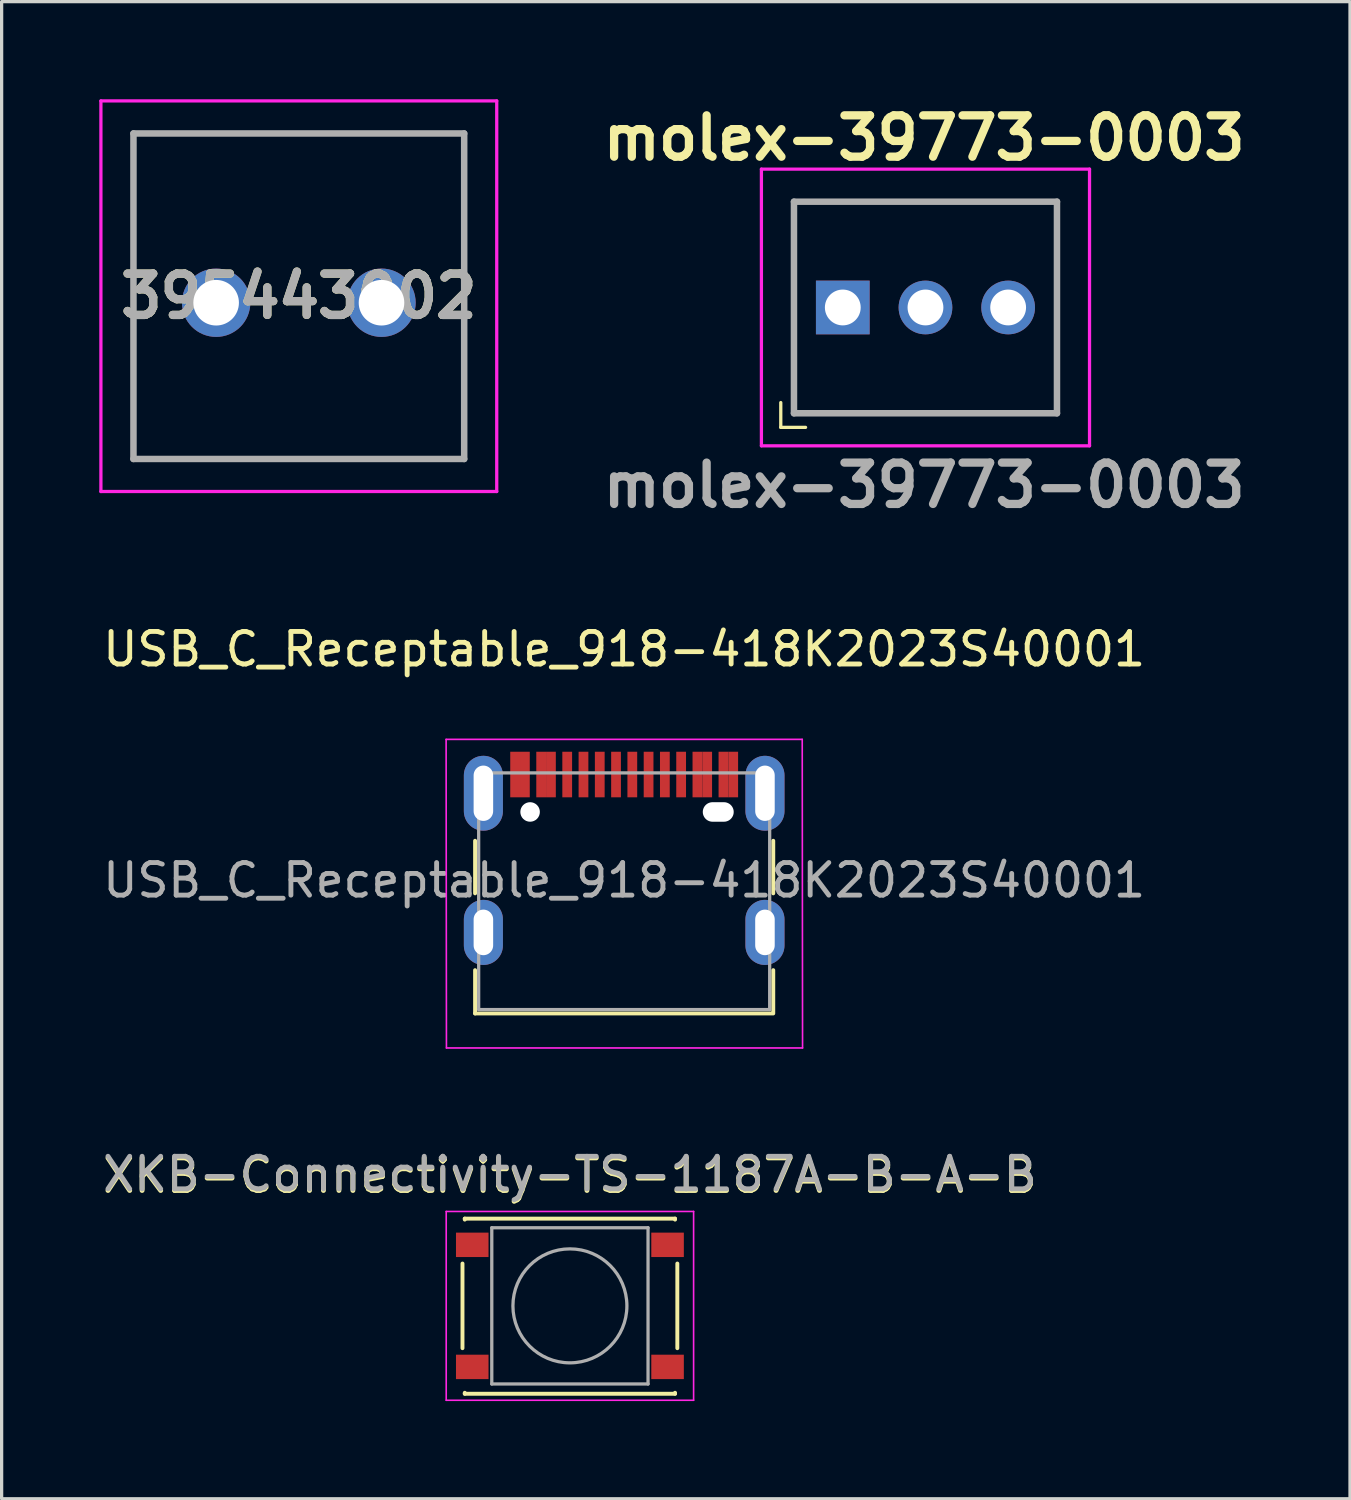
<source format=kicad_pcb>
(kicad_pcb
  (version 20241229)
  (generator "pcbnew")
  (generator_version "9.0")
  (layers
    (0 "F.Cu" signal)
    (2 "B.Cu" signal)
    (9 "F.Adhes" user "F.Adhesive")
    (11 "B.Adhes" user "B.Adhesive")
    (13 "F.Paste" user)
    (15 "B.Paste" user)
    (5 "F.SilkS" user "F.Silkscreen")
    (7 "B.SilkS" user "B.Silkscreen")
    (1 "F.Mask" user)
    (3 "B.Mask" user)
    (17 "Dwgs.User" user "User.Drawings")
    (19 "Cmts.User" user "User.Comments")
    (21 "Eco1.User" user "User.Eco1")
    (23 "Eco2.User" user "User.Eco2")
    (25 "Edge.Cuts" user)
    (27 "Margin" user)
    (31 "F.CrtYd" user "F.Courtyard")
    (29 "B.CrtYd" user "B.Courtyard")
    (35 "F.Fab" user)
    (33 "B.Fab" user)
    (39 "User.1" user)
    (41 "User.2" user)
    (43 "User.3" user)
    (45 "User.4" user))
  (footprint "USB_C_Receptable_918-418K2023S40001"
    (layer "F.Cu")
    (at 16.125 21.894)
    (property "Reference" "USB_C_Receptable_918-418K2023S40001" (at 0 -5 0) (layer "F.SilkS") (effects (font (size 1 1) (thickness 0.15))))
    (attr smd)
    (fp_line (start -4.58 0.885) (end -4.58 2.5) (stroke (width 0.12) (type solid)) (layer "F.SilkS"))
    (fp_line (start -4.58 4.86) (end -4.58 6.19) (stroke (width 0.12) (type solid)) (layer "F.SilkS"))
    (fp_line (start -4.58 6.19) (end 4.58 6.19) (stroke (width 0.12) (type solid)) (layer "F.SilkS"))
    (fp_line (start 4.58 0.885) (end 4.58 2.5) (stroke (width 0.12) (type solid)) (layer "F.SilkS"))
    (fp_line (start 4.58 4.86) (end 4.58 6.16) (stroke (width 0.12) (type solid)) (layer "F.SilkS"))
    (fp_line (start -5.47 -2.23) (end -5.46 7.25) (stroke (width 0.05) (type solid)) (layer "F.CrtYd"))
    (fp_line (start -5.47 -2.23) (end 5.47 -2.23) (stroke (width 0.05) (type solid)) (layer "F.CrtYd"))
    (fp_line (start -5.46 7.25) (end 5.48 7.25) (stroke (width 0.05) (type solid)) (layer "F.CrtYd"))
    (fp_line (start 5.47 -2.23) (end 5.48 7.25) (stroke (width 0.05) (type solid)) (layer "F.CrtYd"))
    (fp_line (start -4.47 -1.2) (end -4.47 6.07) (stroke (width 0.1) (type solid)) (layer "F.Fab"))
    (fp_line (start -4.47 -1.2) (end 4.47 -1.2) (stroke (width 0.1) (type solid)) (layer "F.Fab"))
    (fp_line (start -4.47 6.07) (end 4.47 6.07) (stroke (width 0.1) (type solid)) (layer "F.Fab"))
    (fp_line (start 4.47 -1.2) (end 4.47 6.07) (stroke (width 0.1) (type solid)) (layer "F.Fab"))
    (fp_text user "${REFERENCE}" (at 0 2.1 0) (layer "F.Fab") (effects (font (size 1 1) (thickness 0.15))))
    (pad "" np_thru_hole circle (at -2.89 0) (size 0.6 0.6) (drill 0.6) (layers "*.Cu" "*.Mask"))
    (pad "" np_thru_hole oval (at 2.89 0) (size 0.95 0.6) (drill oval 0.95 0.6) (layers "*.Cu" "*.Mask"))
    (pad "A1" smd rect (at -3.35 -1.15) (size 0.3 1.4) (layers "F.Cu" "F.Mask" "F.Paste"))
    (pad "A4" smd rect (at -2.55 -1.15) (size 0.3 1.4) (layers "F.Cu" "F.Mask" "F.Paste"))
    (pad "A5" smd rect (at -1.25 -1.15) (size 0.3 1.4) (layers "F.Cu" "F.Mask" "F.Paste"))
    (pad "A6" smd rect (at -0.25 -1.15) (size 0.3 1.4) (layers "F.Cu" "F.Mask" "F.Paste"))
    (pad "A7" smd rect (at 0.25 -1.15) (size 0.3 1.4) (layers "F.Cu" "F.Mask" "F.Paste"))
    (pad "A8" smd rect (at 1.25 -1.15) (size 0.3 1.4) (layers "F.Cu" "F.Mask" "F.Paste"))
    (pad "A9" smd rect (at 2.55 -1.15) (size 0.3 1.4) (layers "F.Cu" "F.Mask" "F.Paste"))
    (pad "A12" smd rect (at 3.35 -1.15) (size 0.3 1.4) (layers "F.Cu" "F.Mask" "F.Paste"))
    (pad "B1" smd rect (at 3.05 -1.15) (size 0.3 1.4) (layers "F.Cu" "F.Mask" "F.Paste"))
    (pad "B4" smd rect (at 2.25 -1.15) (size 0.3 1.4) (layers "F.Cu" "F.Mask" "F.Paste"))
    (pad "B5" smd rect (at 1.75 -1.15) (size 0.3 1.4) (layers "F.Cu" "F.Mask" "F.Paste"))
    (pad "B6" smd rect (at 0.75 -1.15) (size 0.3 1.4) (layers "F.Cu" "F.Mask" "F.Paste"))
    (pad "B7" smd rect (at -0.75 -1.15) (size 0.3 1.4) (layers "F.Cu" "F.Mask" "F.Paste"))
    (pad "B8" smd rect (at -1.75 -1.15) (size 0.3 1.4) (layers "F.Cu" "F.Mask" "F.Paste"))
    (pad "B9" smd rect (at -2.25 -1.15) (size 0.3 1.4) (layers "F.Cu" "F.Mask" "F.Paste"))
    (pad "B12" smd rect (at -3.05 -1.15) (size 0.3 1.4) (layers "F.Cu" "F.Mask" "F.Paste"))
    (pad "S1" thru_hole oval (at -4.325 -0.575) (size 1.2 2.3) (drill oval 0.6 1.7) (layers "*.Cu" "*.Mask"))
    (pad "S1" thru_hole oval (at -4.325 3.7) (size 1.2 2) (drill oval 0.6 1.4) (layers "*.Cu" "*.Mask"))
    (pad "S1" thru_hole oval (at 4.325 -0.575) (size 1.2 2.3) (drill oval 0.6 1.7) (layers "*.Cu" "*.Mask"))
    (pad "S1" thru_hole oval (at 4.325 3.7) (size 1.2 2) (drill oval 0.6 1.4) (layers "*.Cu" "*.Mask")))
  (footprint "395443002"
    (layer "F.Cu")
    (at 3.59 6.25)
    (property "Reference" "395443002" (at 2.54 -0.2 0) (layer "F.SilkS") (effects (font (size 1.27 1.27) (thickness 0.254))))
    (attr through_hole)
    (fp_line (start -2.54 -5.2) (end 7.62 -5.2) (stroke (width 0.1) (type solid)) (layer "F.SilkS"))
    (fp_line (start -2.54 4.8) (end -2.54 -5.2) (stroke (width 0.1) (type solid)) (layer "F.SilkS"))
    (fp_line (start 7.62 -5.2) (end 7.62 4.8) (stroke (width 0.1) (type solid)) (layer "F.SilkS"))
    (fp_line (start 7.62 4.8) (end -2.54 4.8) (stroke (width 0.1) (type solid)) (layer "F.SilkS"))
    (fp_line (start -3.54 -6.2) (end 8.62 -6.2) (stroke (width 0.1) (type solid)) (layer "F.CrtYd"))
    (fp_line (start -3.54 5.8) (end -3.54 -6.2) (stroke (width 0.1) (type solid)) (layer "F.CrtYd"))
    (fp_line (start 8.62 -6.2) (end 8.62 5.8) (stroke (width 0.1) (type solid)) (layer "F.CrtYd"))
    (fp_line (start 8.62 5.8) (end -3.54 5.8) (stroke (width 0.1) (type solid)) (layer "F.CrtYd"))
    (fp_line (start -2.54 -5.2) (end 7.62 -5.2) (stroke (width 0.2) (type solid)) (layer "F.Fab"))
    (fp_line (start -2.54 4.8) (end -2.54 -5.2) (stroke (width 0.2) (type solid)) (layer "F.Fab"))
    (fp_line (start 7.62 -5.2) (end 7.62 4.8) (stroke (width 0.2) (type solid)) (layer "F.Fab"))
    (fp_line (start 7.62 4.8) (end -2.54 4.8) (stroke (width 0.2) (type solid)) (layer "F.Fab"))
    (fp_text user "${REFERENCE}" (at 2.54 -0.2 0) (layer "F.Fab") (effects (font (size 1.27 1.27) (thickness 0.254))))
    (pad "1" thru_hole circle (at 0 0) (size 2.1 2.1) (drill 1.4) (layers "*.Cu" "*.Mask"))
    (pad "2" thru_hole circle (at 5.08 0) (size 2.1 2.1) (drill 1.4) (layers "*.Cu" "*.Mask")))
  (footprint "molex-39773-0003"
    (layer "F.Cu")
    (at 25.341 6.396)
    (property "Reference" "molex-39773-0003" (at 0 -5.207 0) (layer "F.SilkS") (effects (font (size 1.27 1.27) (thickness 0.254))))
    (attr through_hole)
    (fp_line (start -4.405 3.683) (end -4.405 2.921) (stroke (width 0.1) (type default)) (layer "F.SilkS"))
    (fp_line (start -4 -3.25) (end -4 3.25) (stroke (width 0.1) (type solid)) (layer "F.SilkS"))
    (fp_line (start -4 3.25) (end 4.08 3.25) (stroke (width 0.1) (type solid)) (layer "F.SilkS"))
    (fp_line (start -3.643 3.683) (end -4.405 3.683) (stroke (width 0.1) (type default)) (layer "F.SilkS"))
    (fp_line (start 4.08 -3.25) (end -4 -3.25) (stroke (width 0.1) (type solid)) (layer "F.SilkS"))
    (fp_line (start 4.08 3.25) (end 4.08 -3.25) (stroke (width 0.1) (type solid)) (layer "F.SilkS"))
    (fp_line (start -5 -4.25) (end -5 4.25) (stroke (width 0.1) (type solid)) (layer "F.CrtYd"))
    (fp_line (start -5 4.25) (end 5.08 4.25) (stroke (width 0.1) (type solid)) (layer "F.CrtYd"))
    (fp_line (start 5.08 -4.25) (end -5 -4.25) (stroke (width 0.1) (type solid)) (layer "F.CrtYd"))
    (fp_line (start 5.08 4.25) (end 5.08 -4.25) (stroke (width 0.1) (type solid)) (layer "F.CrtYd"))
    (fp_line (start -4 -3.25) (end 4.08 -3.25) (stroke (width 0.2) (type solid)) (layer "F.Fab"))
    (fp_line (start -4 3.25) (end -4 -3.25) (stroke (width 0.2) (type solid)) (layer "F.Fab"))
    (fp_line (start 4.08 -3.25) (end 4.08 3.25) (stroke (width 0.2) (type solid)) (layer "F.Fab"))
    (fp_line (start 4.08 3.25) (end -4 3.25) (stroke (width 0.2) (type solid)) (layer "F.Fab"))
    (fp_text user "${REFERENCE}" (at 0 5.461 0) (layer "F.Fab") (effects (font (size 1.27 1.27) (thickness 0.254))))
    (pad "1" thru_hole rect (at -2.5 0 180) (size 1.65 1.65) (drill 1.1) (layers "*.Cu" "*.Mask"))
    (pad "2" thru_hole circle (at 0.04 0 180) (size 1.65 1.65) (drill 1.1) (layers "*.Cu" "*.Mask"))
    (pad "3" thru_hole circle (at 2.58 0 180) (size 1.65 1.65) (drill 1.1) (layers "*.Cu" "*.Mask")))
  (footprint "XKB-Connectivity-TS-1187A-B-A-B"
    (layer "F.Cu")
    (at 14.458 37.067)
    (property "Reference" "XKB-Connectivity-TS-1187A-B-A-B" (at 0 -4 0) (layer "F.SilkS") (effects (font (size 1 1) (thickness 0.15))))
    (attr smd)
    (fp_line (start -3.3 -1.3) (end -3.3 1.3) (stroke (width 0.12) (type solid)) (layer "F.SilkS"))
    (fp_line (start -3.23 -2.68) (end 3.23 -2.68) (stroke (width 0.12) (type solid)) (layer "F.SilkS"))
    (fp_line (start -3.23 -2.65) (end -3.23 -2.68) (stroke (width 0.12) (type solid)) (layer "F.SilkS"))
    (fp_line (start -3.23 2.7) (end -3.23 2.67) (stroke (width 0.12) (type solid)) (layer "F.SilkS"))
    (fp_line (start -3.23 2.7) (end 3.23 2.7) (stroke (width 0.12) (type solid)) (layer "F.SilkS"))
    (fp_line (start 3.23 -2.68) (end 3.23 -2.65) (stroke (width 0.12) (type solid)) (layer "F.SilkS"))
    (fp_line (start 3.23 2.7) (end 3.23 2.67) (stroke (width 0.12) (type solid)) (layer "F.SilkS"))
    (fp_line (start 3.3 -1.3) (end 3.3 1.3) (stroke (width 0.12) (type solid)) (layer "F.SilkS"))
    (fp_line (start -3.8 -2.9) (end -3.8 2.9) (stroke (width 0.05) (type solid)) (layer "F.CrtYd"))
    (fp_line (start -3.8 -2.9) (end 3.8 -2.9) (stroke (width 0.05) (type solid)) (layer "F.CrtYd"))
    (fp_line (start -3.8 2.9) (end 3.8 2.9) (stroke (width 0.05) (type solid)) (layer "F.CrtYd"))
    (fp_line (start 3.8 2.9) (end 3.8 -2.9) (stroke (width 0.05) (type solid)) (layer "F.CrtYd"))
    (fp_line (start -2.4 -2.4) (end -2.4 2.4) (stroke (width 0.1) (type solid)) (layer "F.Fab"))
    (fp_line (start -2.4 2.4) (end 2.4 2.4) (stroke (width 0.1) (type solid)) (layer "F.Fab"))
    (fp_line (start 2.4 -2.4) (end -2.4 -2.4) (stroke (width 0.1) (type solid)) (layer "F.Fab"))
    (fp_line (start 2.4 2.4) (end 2.4 -2.4) (stroke (width 0.1) (type solid)) (layer "F.Fab"))
    (fp_circle (center 0 0) (end 1.75 -0.05) (stroke (width 0.1) (type solid)) (fill no) (layer "F.Fab"))
    (fp_text user "${REFERENCE}" (at 0 -4.05 0) (layer "F.Fab") (effects (font (size 1 1) (thickness 0.15))))
    (pad "1" smd rect (at -3 -1.875) (size 1 0.75) (layers "F.Cu" "F.Mask" "F.Paste"))
    (pad "1" smd rect (at 3 -1.875) (size 1 0.75) (layers "F.Cu" "F.Mask" "F.Paste"))
    (pad "2" smd rect (at -3 1.875) (size 1 0.75) (layers "F.Cu" "F.Mask" "F.Paste"))
    (pad "2" smd rect (at 3 1.875) (size 1 0.75) (layers "F.Cu" "F.Mask" "F.Paste")))
  (gr_rect
    (start -3 -3)
    (end 38.423 42.992)
    (stroke (width 0.1) (type default))
    (fill no)
    (layer "Edge.Cuts")))
</source>
